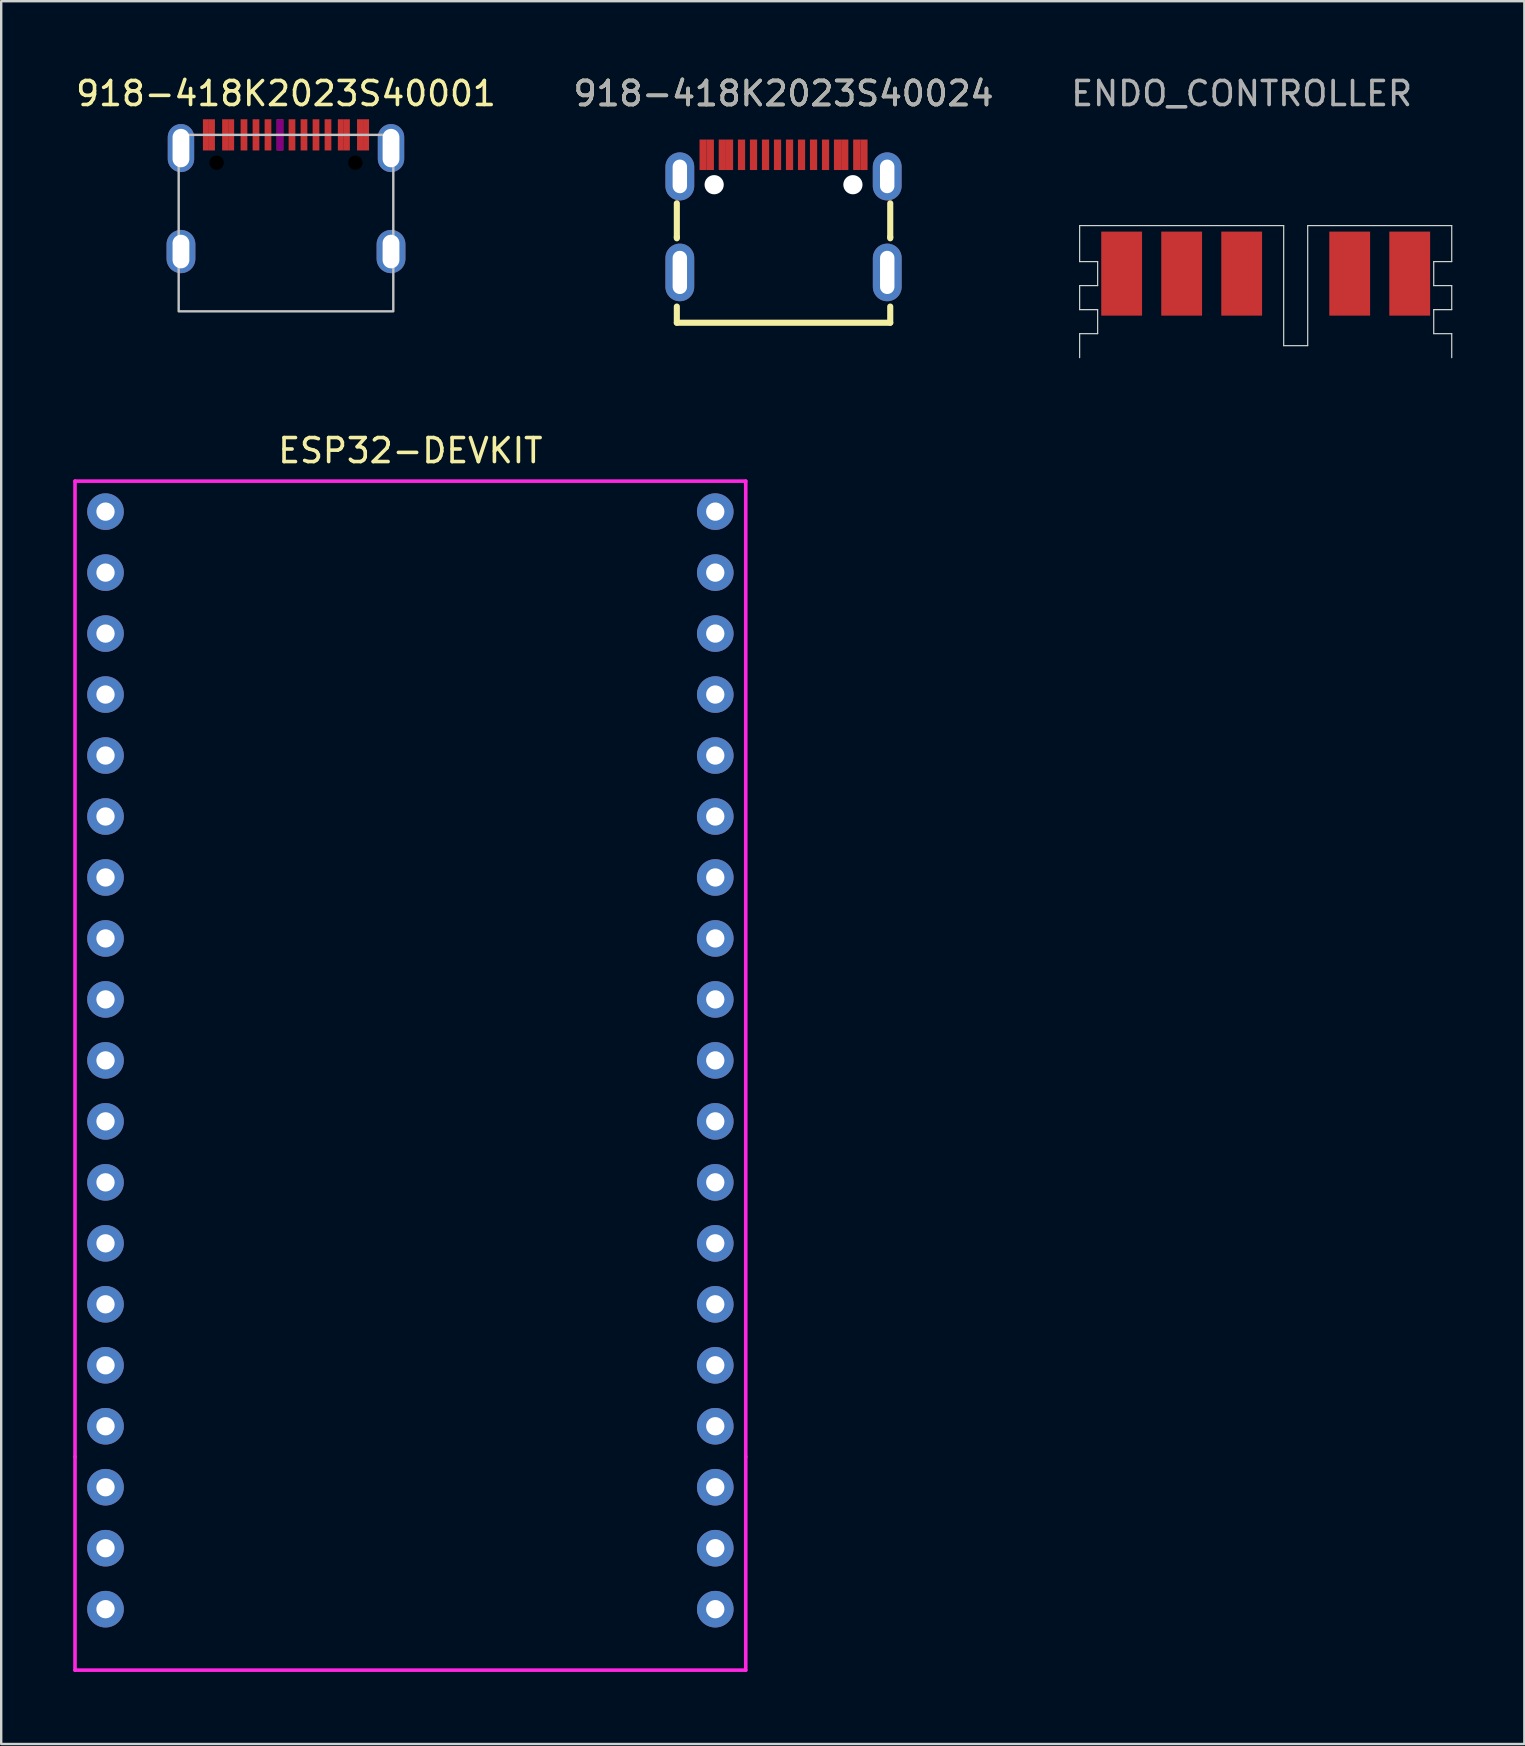
<source format=kicad_pcb>
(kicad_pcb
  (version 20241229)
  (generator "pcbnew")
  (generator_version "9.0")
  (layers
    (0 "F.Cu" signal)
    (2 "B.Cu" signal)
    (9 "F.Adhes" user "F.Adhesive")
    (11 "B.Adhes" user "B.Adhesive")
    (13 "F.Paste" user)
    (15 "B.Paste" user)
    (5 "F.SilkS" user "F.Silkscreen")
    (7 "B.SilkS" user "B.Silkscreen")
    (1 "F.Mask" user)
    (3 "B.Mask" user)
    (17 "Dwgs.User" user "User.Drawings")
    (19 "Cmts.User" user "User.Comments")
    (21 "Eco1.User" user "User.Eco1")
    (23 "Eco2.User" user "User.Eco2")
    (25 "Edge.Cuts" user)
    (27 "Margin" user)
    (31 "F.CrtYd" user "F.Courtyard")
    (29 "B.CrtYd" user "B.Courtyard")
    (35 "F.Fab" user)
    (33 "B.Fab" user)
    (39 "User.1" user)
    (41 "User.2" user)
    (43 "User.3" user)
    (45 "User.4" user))
  (footprint "918-418K2023S40001"
    (layer "F.Cu")
    (at 8.863 4.718)
    (property "Reference" "918-418K2023S40001" (at 0 -3.87 0) (unlocked yes) (layer "F.SilkS") (effects (font (size 1 1) (thickness 0.15))))
    (attr smd)
    (fp_rect (start -4.47 -2.15) (end 4.47 5.2) (stroke (width 0.1) (type solid)) (fill no) (layer "Dwgs.User"))
    (pad "" np_thru_hole circle (at -2.89 -0.99) (size 0.6 0.6) (drill 0.6) (layers "*.Mask"))
    (pad "" np_thru_hole circle (at 2.89 -0.99) (size 0.6 0.6) (drill 0.6) (layers "*.Mask"))
    (pad "A1" smd rect (at -3.335 -2.15) (size 0.25 1.3) (layers "F.Cu" "F.Mask" "F.Paste"))
    (pad "A4" smd rect (at -2.535 -2.15) (size 0.25 1.3) (layers "F.Cu" "F.Mask" "F.Paste"))
    (pad "A5" smd rect (at -1.25 -2.15) (size 0.28 1.3) (layers "F.Cu" "F.Mask" "F.Paste"))
    (pad "A6" smd rect (at -0.25 -2.15) (size 0.28 1.3) (layers "F.Cu" "F.Mask" "F.Adhes"))
    (pad "A7" smd rect (at 0.25 -2.15) (size 0.28 1.3) (layers "F.Cu" "F.Mask" "F.Paste"))
    (pad "A8" smd rect (at 1.25 -2.15) (size 0.28 1.3) (layers "F.Cu" "F.Mask" "F.Paste"))
    (pad "A9" smd rect (at 2.535 -2.15) (size 0.25 1.3) (layers "F.Cu" "F.Mask" "F.Paste"))
    (pad "A12" smd rect (at 3.335 -2.15) (size 0.25 1.3) (layers "F.Cu" "F.Mask" "F.Paste"))
    (pad "B1" smd rect (at 3.085 -2.15) (size 0.25 1.3) (layers "F.Cu" "F.Mask" "F.Paste"))
    (pad "B4" smd rect (at 2.285 -2.15) (size 0.25 1.3) (layers "F.Cu" "F.Mask" "F.Paste"))
    (pad "B5" smd rect (at 1.75 -2.15) (size 0.28 1.3) (layers "F.Cu" "F.Mask" "F.Paste"))
    (pad "B6" smd rect (at 0.75 -2.15) (size 0.28 1.3) (layers "F.Cu" "F.Mask" "F.Paste"))
    (pad "B7" smd rect (at -0.75 -2.15) (size 0.28 1.3) (layers "F.Cu" "F.Mask" "F.Paste"))
    (pad "B8" smd rect (at -1.75 -2.15) (size 0.28 1.3) (layers "F.Cu" "F.Mask" "F.Paste"))
    (pad "B9" smd rect (at -2.285 -2.15) (size 0.25 1.3) (layers "F.Cu" "F.Mask" "F.Paste"))
    (pad "B12" smd rect (at -3.085 -2.15) (size 0.25 1.3) (layers "F.Cu" "F.Mask" "F.Paste"))
    (pad "S1" thru_hole oval (at -4.375 -1.6) (size 1.1 2) (drill oval 0.7 1.6) (layers "*.Cu" "*.Mask"))
    (pad "S1" thru_hole oval (at -4.375 2.71) (size 1.2 1.8) (drill oval 0.7 1.4) (layers "*.Cu" "*.Mask"))
    (pad "S1" thru_hole oval (at 4.375 -1.6) (size 1.1 2) (drill oval 0.7 1.6) (layers "*.Cu" "*.Mask"))
    (pad "S1" thru_hole oval (at 4.375 2.71) (size 1.2 1.8) (drill oval 0.7 1.4) (layers "*.Cu" "*.Mask")))
  (footprint "ESP32-DEVKIT"
    (layer "F.Cu")
    (at 14.045 15.722)
    (property "Reference" "ESP32-DEVKIT" (at 0 0 0) (layer "F.SilkS") (effects (font (size 1 1) (thickness 0.15))))
    (attr through_hole)
    (fp_line (start -13.97 1.27) (end 13.97 1.27) (stroke (width 0.15) (type solid)) (layer "F.CrtYd"))
    (fp_line (start -13.97 41.91) (end -13.97 1.27) (stroke (width 0.15) (type solid)) (layer "F.CrtYd"))
    (fp_line (start -13.97 41.91) (end -13.97 50.8) (stroke (width 0.15) (type solid)) (layer "F.CrtYd"))
    (fp_line (start -13.97 50.8) (end 13.97 50.8) (stroke (width 0.15) (type solid)) (layer "F.CrtYd"))
    (fp_line (start 13.97 1.27) (end 13.97 41.91) (stroke (width 0.15) (type solid)) (layer "F.CrtYd"))
    (fp_line (start 13.97 50.8) (end 13.97 41.91) (stroke (width 0.15) (type solid)) (layer "F.CrtYd"))
    (pad "1" thru_hole circle (at -12.7 2.54) (size 1.524 1.524) (drill 0.762) (layers "*.Cu" "*.Mask"))
    (pad "2" thru_hole circle (at -12.7 5.08) (size 1.524 1.524) (drill 0.762) (layers "*.Cu" "*.Mask"))
    (pad "3" thru_hole circle (at -12.7 7.62) (size 1.524 1.524) (drill 0.762) (layers "*.Cu" "*.Mask"))
    (pad "4" thru_hole circle (at -12.7 10.16) (size 1.524 1.524) (drill 0.762) (layers "*.Cu" "*.Mask"))
    (pad "5" thru_hole circle (at -12.7 12.7) (size 1.524 1.524) (drill 0.762) (layers "*.Cu" "*.Mask"))
    (pad "6" thru_hole circle (at -12.7 15.24) (size 1.524 1.524) (drill 0.762) (layers "*.Cu" "*.Mask"))
    (pad "7" thru_hole circle (at -12.7 17.78) (size 1.524 1.524) (drill 0.762) (layers "*.Cu" "*.Mask"))
    (pad "8" thru_hole circle (at -12.7 20.32) (size 1.524 1.524) (drill 0.762) (layers "*.Cu" "*.Mask"))
    (pad "9" thru_hole circle (at -12.7 22.86) (size 1.524 1.524) (drill 0.762) (layers "*.Cu" "*.Mask"))
    (pad "10" thru_hole circle (at -12.7 25.4) (size 1.524 1.524) (drill 0.762) (layers "*.Cu" "*.Mask"))
    (pad "11" thru_hole circle (at -12.7 27.94) (size 1.524 1.524) (drill 0.762) (layers "*.Cu" "*.Mask"))
    (pad "12" thru_hole circle (at -12.7 30.48) (size 1.524 1.524) (drill 0.762) (layers "*.Cu" "*.Mask"))
    (pad "13" thru_hole circle (at -12.7 33.02) (size 1.524 1.524) (drill 0.762) (layers "*.Cu" "*.Mask"))
    (pad "14" thru_hole circle (at -12.7 35.56) (size 1.524 1.524) (drill 0.762) (layers "*.Cu" "*.Mask"))
    (pad "15" thru_hole circle (at -12.7 38.1) (size 1.524 1.524) (drill 0.762) (layers "*.Cu" "*.Mask"))
    (pad "16" thru_hole circle (at -12.7 40.64) (size 1.524 1.524) (drill 0.762) (layers "*.Cu" "*.Mask"))
    (pad "17" thru_hole circle (at -12.7 43.18) (size 1.524 1.524) (drill 0.762) (layers "*.Cu" "*.Mask"))
    (pad "18" thru_hole circle (at -12.7 45.72) (size 1.524 1.524) (drill 0.762) (layers "*.Cu" "*.Mask"))
    (pad "19" thru_hole circle (at -12.7 48.26) (size 1.524 1.524) (drill 0.762) (layers "*.Cu" "*.Mask"))
    (pad "20" thru_hole circle (at 12.7 48.26) (size 1.524 1.524) (drill 0.762) (layers "*.Cu" "*.Mask"))
    (pad "21" thru_hole circle (at 12.7 45.72) (size 1.524 1.524) (drill 0.762) (layers "*.Cu" "*.Mask"))
    (pad "22" thru_hole circle (at 12.7 43.18) (size 1.524 1.524) (drill 0.762) (layers "*.Cu" "*.Mask"))
    (pad "23" thru_hole circle (at 12.7 40.64) (size 1.524 1.524) (drill 0.762) (layers "*.Cu" "*.Mask"))
    (pad "24" thru_hole circle (at 12.7 38.1) (size 1.524 1.524) (drill 0.762) (layers "*.Cu" "*.Mask"))
    (pad "25" thru_hole circle (at 12.7 35.56) (size 1.524 1.524) (drill 0.762) (layers "*.Cu" "*.Mask"))
    (pad "26" thru_hole circle (at 12.7 33.02) (size 1.524 1.524) (drill 0.762) (layers "*.Cu" "*.Mask"))
    (pad "27" thru_hole circle (at 12.7 30.48) (size 1.524 1.524) (drill 0.762) (layers "*.Cu" "*.Mask"))
    (pad "28" thru_hole circle (at 12.7 27.94) (size 1.524 1.524) (drill 0.762) (layers "*.Cu" "*.Mask"))
    (pad "29" thru_hole circle (at 12.7 25.4) (size 1.524 1.524) (drill 0.762) (layers "*.Cu" "*.Mask"))
    (pad "30" thru_hole circle (at 12.7 22.86) (size 1.524 1.524) (drill 0.762) (layers "*.Cu" "*.Mask"))
    (pad "31" thru_hole circle (at 12.7 20.32) (size 1.524 1.524) (drill 0.762) (layers "*.Cu" "*.Mask"))
    (pad "32" thru_hole circle (at 12.7 17.78) (size 1.524 1.524) (drill 0.762) (layers "*.Cu" "*.Mask"))
    (pad "33" thru_hole circle (at 12.7 15.24) (size 1.524 1.524) (drill 0.762) (layers "*.Cu" "*.Mask"))
    (pad "34" thru_hole circle (at 12.7 12.7) (size 1.524 1.524) (drill 0.762) (layers "*.Cu" "*.Mask"))
    (pad "35" thru_hole circle (at 12.7 10.16) (size 1.524 1.524) (drill 0.762) (layers "*.Cu" "*.Mask"))
    (pad "36" thru_hole circle (at 12.7 7.62) (size 1.524 1.524) (drill 0.762) (layers "*.Cu" "*.Mask"))
    (pad "37" thru_hole circle (at 12.7 5.08) (size 1.524 1.524) (drill 0.762) (layers "*.Cu" "*.Mask"))
    (pad "38" thru_hole circle (at 12.7 2.54) (size 1.524 1.524) (drill 0.762) (layers "*.Cu" "*.Mask")))
  (footprint "ENDO_CONTROLLER"
    (layer "F.Cu")
    (at 48.673 8.348)
    (property "Reference" "ENDO_CONTROLLER" (at 0 -7.5 0) (unlocked yes) (layer "F.SilkS") (effects (font (size 1 1) (thickness 0.1))))
    (attr smd)
    (fp_line (start -6.75 -2) (end 1.75 -2) (stroke (width 0.05) (type default)) (layer "Edge.Cuts"))
    (fp_line (start -6.75 -0.5) (end -6.75 -2) (stroke (width 0.05) (type default)) (layer "Edge.Cuts"))
    (fp_line (start -6.75 -0.5) (end -6 -0.5) (stroke (width 0.05) (type default)) (layer "Edge.Cuts"))
    (fp_line (start -6.75 0.5) (end -6.75 1.5) (stroke (width 0.05) (type default)) (layer "Edge.Cuts"))
    (fp_line (start -6.75 1.5) (end -6 1.5) (stroke (width 0.05) (type default)) (layer "Edge.Cuts"))
    (fp_line (start -6.75 2.5) (end -6.75 3.5) (stroke (width 0.05) (type default)) (layer "Edge.Cuts"))
    (fp_line (start -6 -0.5) (end -6 0.5) (stroke (width 0.05) (type default)) (layer "Edge.Cuts"))
    (fp_line (start -6 0.5) (end -6.75 0.5) (stroke (width 0.05) (type default)) (layer "Edge.Cuts"))
    (fp_line (start -6 1.5) (end -6 2.5) (stroke (width 0.05) (type default)) (layer "Edge.Cuts"))
    (fp_line (start -6 2.5) (end -6.75 2.5) (stroke (width 0.05) (type default)) (layer "Edge.Cuts"))
    (fp_line (start 1.75 -2) (end 1.75 3) (stroke (width 0.05) (type default)) (layer "Edge.Cuts"))
    (fp_line (start 1.75 3) (end 2.75 3) (stroke (width 0.05) (type default)) (layer "Edge.Cuts"))
    (fp_line (start 2.75 -2) (end 8.75 -2) (stroke (width 0.05) (type default)) (layer "Edge.Cuts"))
    (fp_line (start 2.75 3) (end 2.75 -2) (stroke (width 0.05) (type default)) (layer "Edge.Cuts"))
    (fp_line (start 8 -0.5) (end 8 0.5) (stroke (width 0.05) (type default)) (layer "Edge.Cuts"))
    (fp_line (start 8 0.5) (end 8.75 0.5) (stroke (width 0.05) (type default)) (layer "Edge.Cuts"))
    (fp_line (start 8 1.5) (end 8 2.5) (stroke (width 0.05) (type default)) (layer "Edge.Cuts"))
    (fp_line (start 8 2.5) (end 8.75 2.5) (stroke (width 0.05) (type default)) (layer "Edge.Cuts"))
    (fp_line (start 8.75 -2) (end 8.75 -0.5) (stroke (width 0.05) (type default)) (layer "Edge.Cuts"))
    (fp_line (start 8.75 -0.5) (end 8 -0.5) (stroke (width 0.05) (type default)) (layer "Edge.Cuts"))
    (fp_line (start 8.75 0.5) (end 8.75 1.5) (stroke (width 0.05) (type default)) (layer "Edge.Cuts"))
    (fp_line (start 8.75 1.5) (end 8 1.5) (stroke (width 0.05) (type default)) (layer "Edge.Cuts"))
    (fp_line (start 8.75 2.5) (end 8.75 3.5) (stroke (width 0.05) (type default)) (layer "Edge.Cuts"))
    (fp_text user "${REFERENCE}" (at 0 -7.5 0) (unlocked yes) (layer "F.Fab") (effects (font (size 1 1) (thickness 0.15))))
    (pad "1" smd rect (at -5 0 90) (size 3.5 1.7) (layers "F.Cu" "F.Mask"))
    (pad "2" smd rect (at -2.5 0 90) (size 3.5 1.7) (layers "F.Cu" "F.Mask"))
    (pad "3" smd rect (at 0 0 90) (size 3.5 1.7) (layers "F.Cu" "F.Mask"))
    (pad "4" smd rect (at 4.5 0 90) (size 3.5 1.7) (layers "F.Cu" "F.Mask"))
    (pad "5" smd rect (at 7 0 90) (size 3.5 1.7) (layers "F.Cu" "F.Mask")))
  (footprint "918-418K2023S40024"
    (layer "F.Cu")
    (at 29.589 5.848)
    (property "Reference" "918-418K2023S40024" (at 0 -5 0) (unlocked yes) (layer "F.SilkS") (effects (font (size 1 1) (thickness 0.15))))
    (attr smd)
    (fp_line (start -4.445 -0.43) (end -4.445 0.978) (stroke (width 0.254) (type solid)) (layer "F.SilkS"))
    (fp_line (start -4.445 1.028) (end -4.445 0.978) (stroke (width 0.254) (type solid)) (layer "F.SilkS"))
    (fp_line (start -4.445 4.546) (end -4.445 3.872) (stroke (width 0.254) (type solid)) (layer "F.SilkS"))
    (fp_line (start 4.445 0.978) (end 4.445 -0.43) (stroke (width 0.254) (type solid)) (layer "F.SilkS"))
    (fp_line (start 4.445 0.978) (end 4.445 1.028) (stroke (width 0.254) (type solid)) (layer "F.SilkS"))
    (fp_line (start 4.445 3.872) (end 4.445 4.546) (stroke (width 0.254) (type solid)) (layer "F.SilkS"))
    (fp_line (start 4.445 4.546) (end -4.445 4.546) (stroke (width 0.254) (type solid)) (layer "F.SilkS"))
    (fp_text user "${REFERENCE}" (at 0 -5 0) (unlocked yes) (layer "F.Fab") (effects (font (size 1 1) (thickness 0.15))))
    (pad "" np_thru_hole circle (at -2.89 -1.204) (size 0.8 0.8) (drill 0.8) (layers "*.Cu" "*.Mask"))
    (pad "" np_thru_hole circle (at 2.89 -1.204) (size 0.8 0.8) (drill 0.8) (layers "*.Cu" "*.Mask"))
    (pad "A1" smd rect (at -3.35 -2.45) (size 0.3 1.27) (layers "F.Cu" "F.Mask" "F.Paste"))
    (pad "A4" smd rect (at -2.55 -2.45) (size 0.3 1.27) (layers "F.Cu" "F.Mask" "F.Paste"))
    (pad "A5" smd rect (at -1.25 -2.45) (size 0.3 1.27) (layers "F.Cu" "F.Mask" "F.Paste"))
    (pad "A6" smd rect (at -0.25 -2.45) (size 0.3 1.27) (layers "F.Cu" "F.Mask" "F.Paste"))
    (pad "A7" smd rect (at 0.25 -2.45) (size 0.3 1.27) (layers "F.Cu" "F.Mask" "F.Paste"))
    (pad "A8" smd rect (at 1.25 -2.45) (size 0.3 1.27) (layers "F.Cu" "F.Mask" "F.Paste"))
    (pad "A9" smd rect (at 2.55 -2.45) (size 0.3 1.27) (layers "F.Cu" "F.Mask" "F.Paste"))
    (pad "A12" smd rect (at 3.35 -2.45) (size 0.3 1.27) (layers "F.Cu" "F.Mask" "F.Paste"))
    (pad "B1" smd rect (at 3.05 -2.45) (size 0.3 1.27) (layers "F.Cu" "F.Mask" "F.Paste"))
    (pad "B4" smd rect (at 2.25 -2.45) (size 0.3 1.27) (layers "F.Cu" "F.Mask" "F.Paste"))
    (pad "B5" smd rect (at 1.75 -2.45) (size 0.3 1.27) (layers "F.Cu" "F.Mask" "F.Paste"))
    (pad "B6" smd rect (at 0.75 -2.45) (size 0.3 1.27) (layers "F.Cu" "F.Mask" "F.Paste"))
    (pad "B7" smd rect (at -0.75 -2.45) (size 0.3 1.27) (layers "F.Cu" "F.Mask" "F.Paste"))
    (pad "B8" smd rect (at -1.75 -2.45) (size 0.3 1.27) (layers "F.Cu" "F.Mask" "F.Paste"))
    (pad "B9" smd rect (at -2.25 -2.45) (size 0.3 1.27) (layers "F.Cu" "F.Mask" "F.Paste"))
    (pad "B12" smd rect (at -3.05 -2.45) (size 0.3 1.27) (layers "F.Cu" "F.Mask" "F.Paste"))
    (pad "S1" thru_hole oval (at -4.32 -1.55) (size 1.2 2) (drill oval 0.6 1.4) (layers "*.Cu" "*.Mask"))
    (pad "S1" thru_hole oval (at -4.32 2.45) (size 1.2 2.4) (drill oval 0.6 1.8) (layers "*.Cu" "*.Mask"))
    (pad "S1" thru_hole oval (at 4.318 -1.55) (size 1.2 2) (drill oval 0.6 1.4) (layers "*.Cu" "*.Mask"))
    (pad "S1" thru_hole oval (at 4.32 2.45) (size 1.2 2.4) (drill oval 0.6 1.8) (layers "*.Cu" "*.Mask")))
  (gr_rect
    (start -3 -3)
    (end 60.448 69.597)
    (stroke (width 0.1) (type default))
    (fill no)
    (layer "Edge.Cuts")))
</source>
